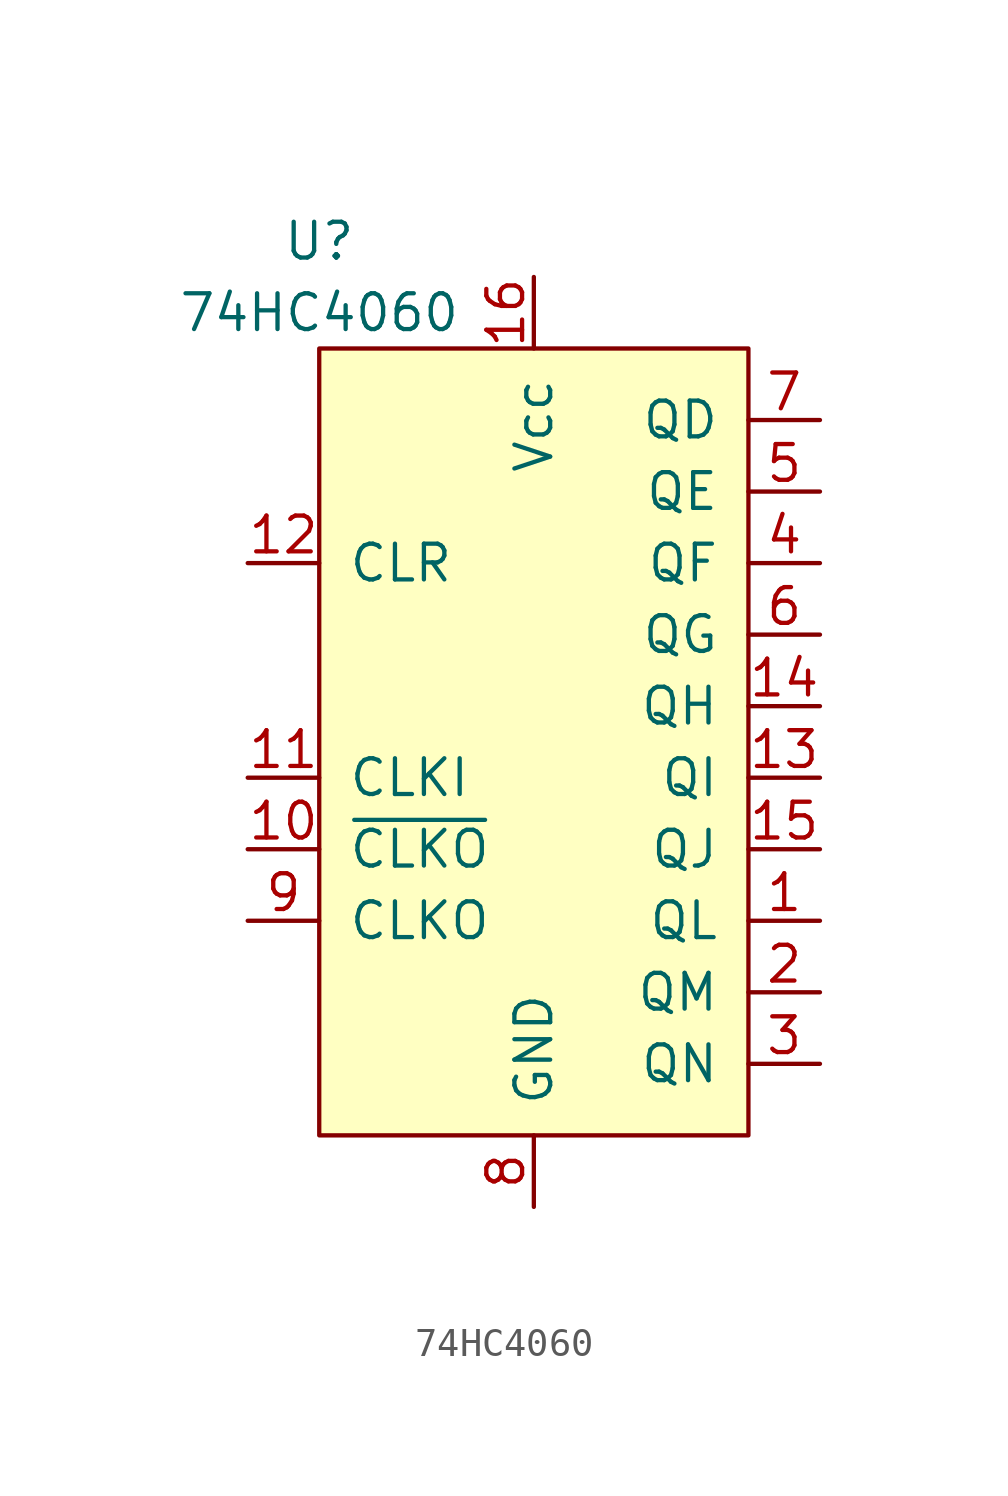
<source format=kicad_sym>
(kicad_symbol_lib
  (version 20211014)
  (generator kicad_symbol_editor)
  (symbol "74HC4060"
    (pin_names
      (offset 1.016))
    (property "Reference" "U"
      (at -7.62 17.78 0)
      (effects (font (size 1.27 1.27))))
    (property "Value" "74HC4060"
      (at -7.62 15.24 0)
      (effects (font (size 1.27 1.27))))
    (symbol "74HC4060_0_1"
      (rectangle (start 7.62 13.97) (end -7.62 -13.97) (stroke (width 0) (type default) (color 0 0 0 0)) (fill (type background))))
    (symbol "74HC4060_1_1"
      (pin output line (at 10.16 -6.35 180) (length 2.54) (name "QL" (effects (font (size 1.27 1.27)))) (number "1" (effects (font (size 1.27 1.27)))))
      (pin output line (at -10.16 -3.81 0) (length 2.54) (name "~{CLKO}" (effects (font (size 1.27 1.27)))) (number "10" (effects (font (size 1.27 1.27)))))
      (pin input line (at -10.16 -1.27 0) (length 2.54) (name "CLKI" (effects (font (size 1.27 1.27)))) (number "11" (effects (font (size 1.27 1.27)))))
      (pin input line (at -10.16 6.35 0) (length 2.54) (name "CLR" (effects (font (size 1.27 1.27)))) (number "12" (effects (font (size 1.27 1.27)))))
      (pin output line (at 10.16 -1.27 180) (length 2.54) (name "QI" (effects (font (size 1.27 1.27)))) (number "13" (effects (font (size 1.27 1.27)))))
      (pin output line (at 10.16 1.27 180) (length 2.54) (name "QH" (effects (font (size 1.27 1.27)))) (number "14" (effects (font (size 1.27 1.27)))))
      (pin output line (at 10.16 -3.81 180) (length 2.54) (name "QJ" (effects (font (size 1.27 1.27)))) (number "15" (effects (font (size 1.27 1.27)))))
      (pin power_in line (at 0 16.51 270) (length 2.54) (name "Vcc" (effects (font (size 1.27 1.27)))) (number "16" (effects (font (size 1.27 1.27)))))
      (pin output line (at 10.16 -8.89 180) (length 2.54) (name "QM" (effects (font (size 1.27 1.27)))) (number "2" (effects (font (size 1.27 1.27)))))
      (pin output line (at 10.16 -11.43 180) (length 2.54) (name "QN" (effects (font (size 1.27 1.27)))) (number "3" (effects (font (size 1.27 1.27)))))
      (pin output line (at 10.16 6.35 180) (length 2.54) (name "QF" (effects (font (size 1.27 1.27)))) (number "4" (effects (font (size 1.27 1.27)))))
      (pin output line (at 10.16 8.89 180) (length 2.54) (name "QE" (effects (font (size 1.27 1.27)))) (number "5" (effects (font (size 1.27 1.27)))))
      (pin output line (at 10.16 3.81 180) (length 2.54) (name "QG" (effects (font (size 1.27 1.27)))) (number "6" (effects (font (size 1.27 1.27)))))
      (pin output line (at 10.16 11.43 180) (length 2.54) (name "QD" (effects (font (size 1.27 1.27)))) (number "7" (effects (font (size 1.27 1.27)))))
      (pin passive line (at 0 -16.51 90) (length 2.54) (name "GND" (effects (font (size 1.27 1.27)))) (number "8" (effects (font (size 1.27 1.27)))))
      (pin output line (at -10.16 -6.35 0) (length 2.54) (name "CLKO" (effects (font (size 1.27 1.27)))) (number "9" (effects (font (size 1.27 1.27))))))))
</source>
